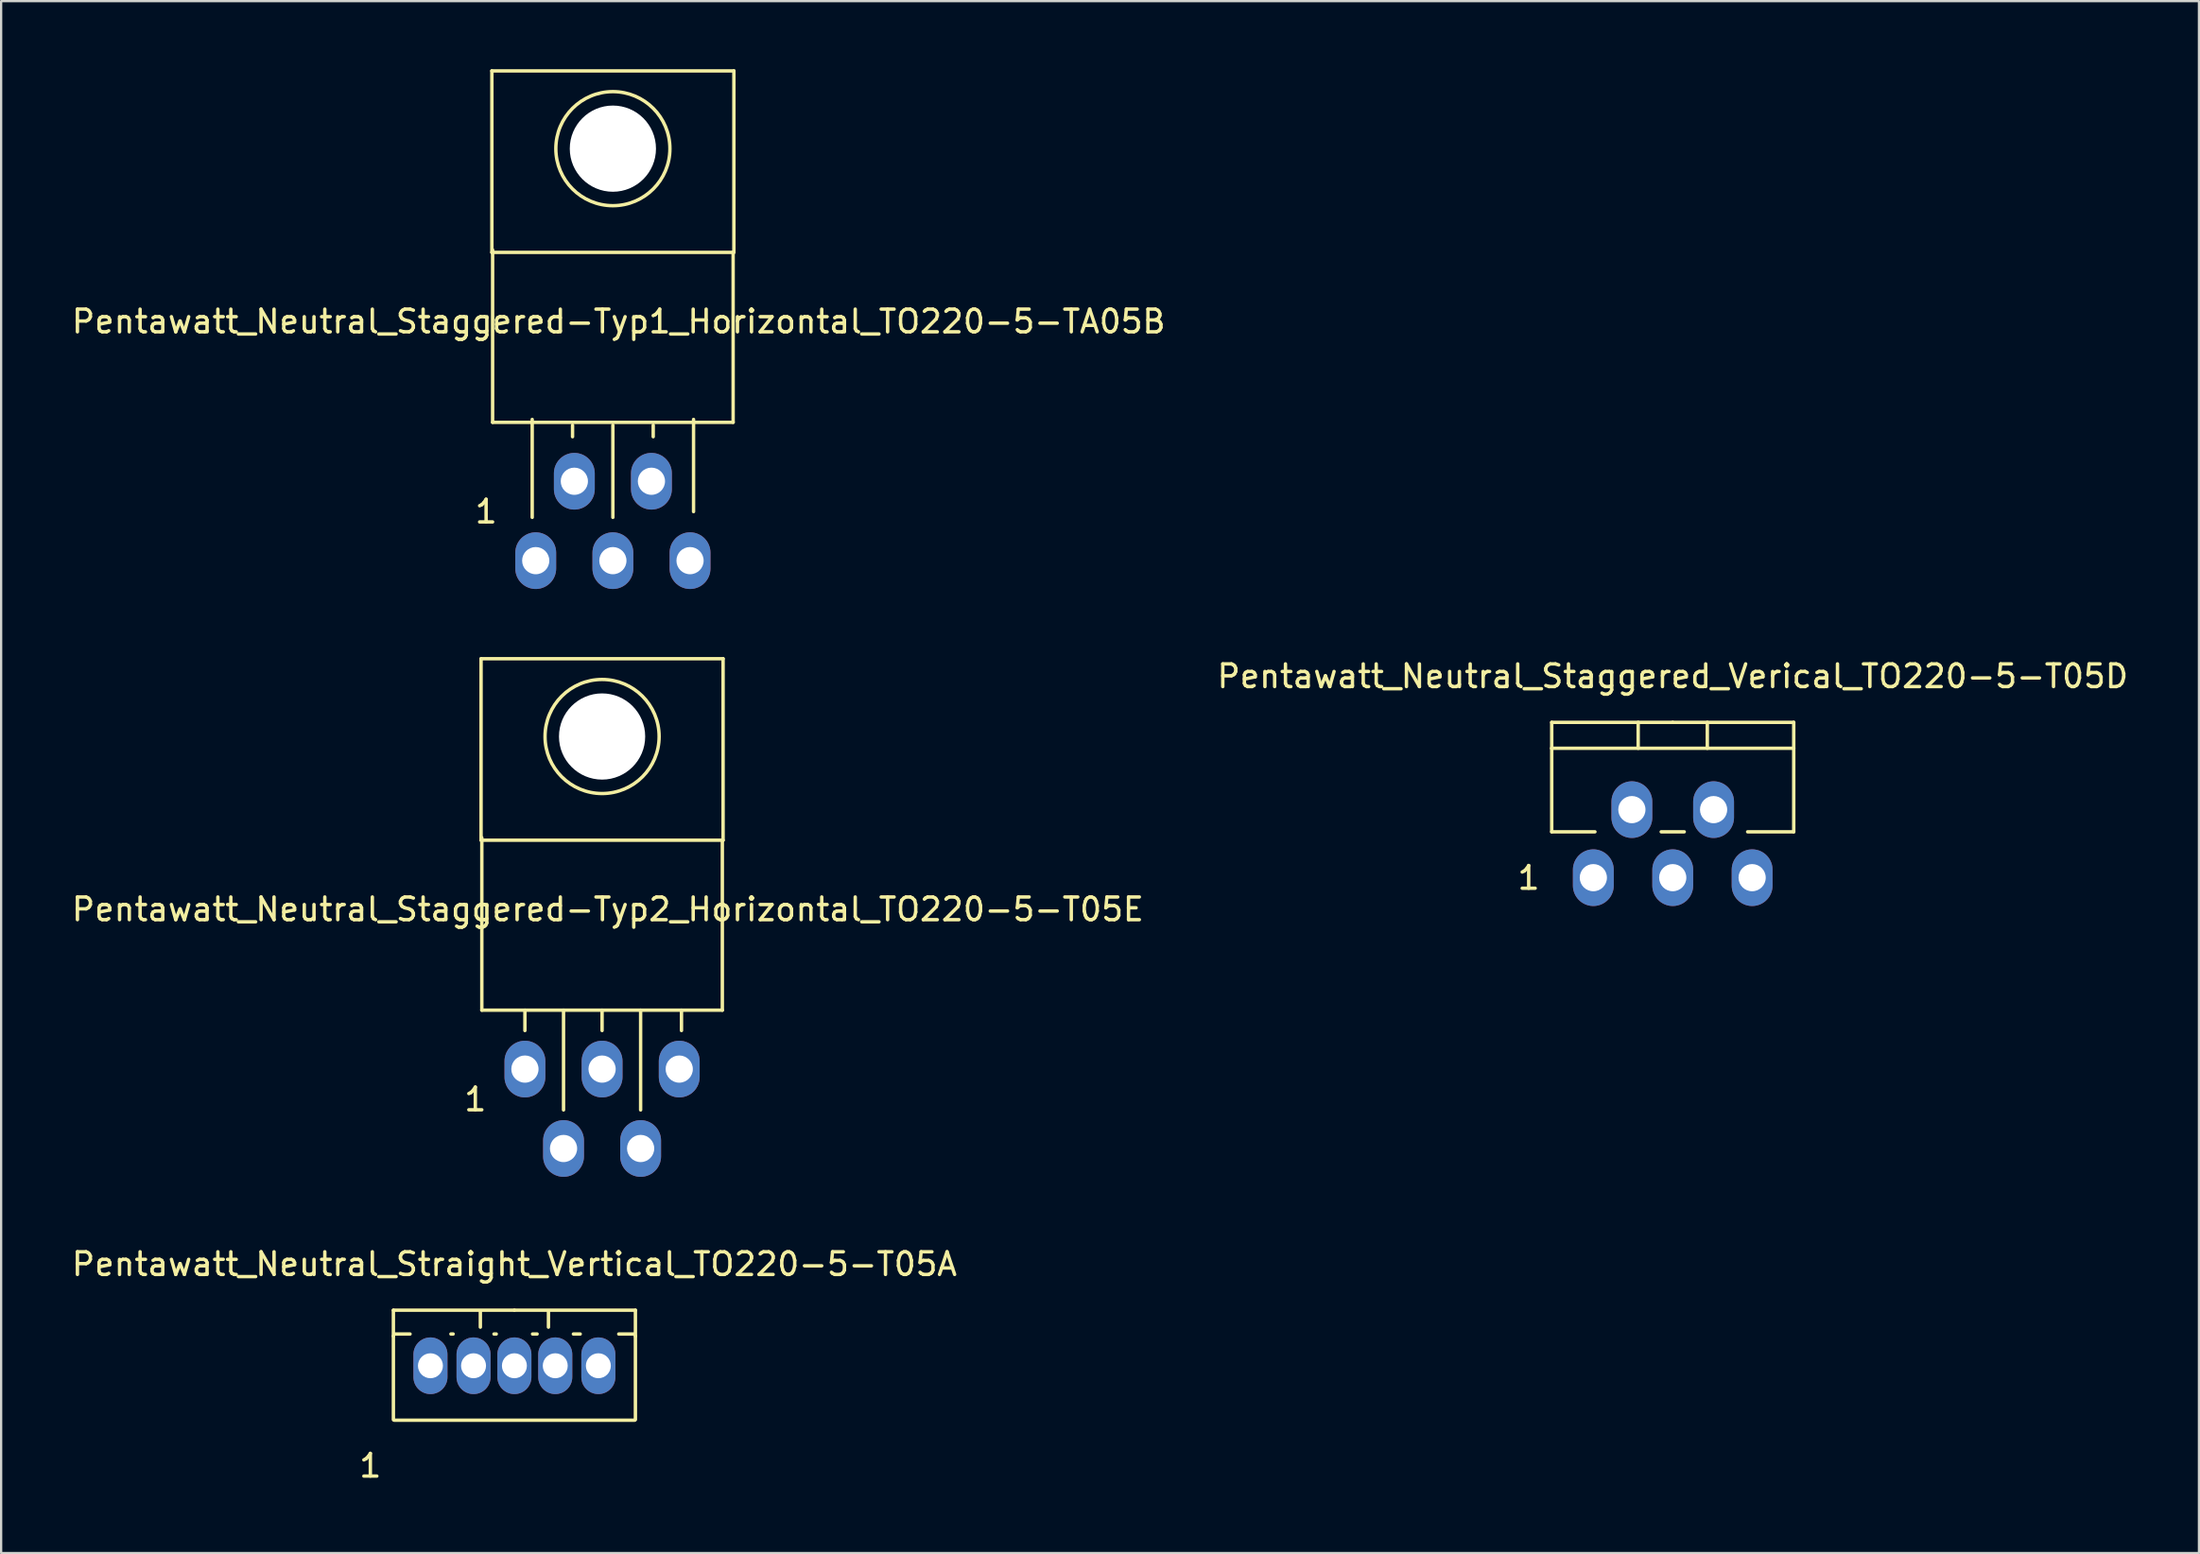
<source format=kicad_pcb>
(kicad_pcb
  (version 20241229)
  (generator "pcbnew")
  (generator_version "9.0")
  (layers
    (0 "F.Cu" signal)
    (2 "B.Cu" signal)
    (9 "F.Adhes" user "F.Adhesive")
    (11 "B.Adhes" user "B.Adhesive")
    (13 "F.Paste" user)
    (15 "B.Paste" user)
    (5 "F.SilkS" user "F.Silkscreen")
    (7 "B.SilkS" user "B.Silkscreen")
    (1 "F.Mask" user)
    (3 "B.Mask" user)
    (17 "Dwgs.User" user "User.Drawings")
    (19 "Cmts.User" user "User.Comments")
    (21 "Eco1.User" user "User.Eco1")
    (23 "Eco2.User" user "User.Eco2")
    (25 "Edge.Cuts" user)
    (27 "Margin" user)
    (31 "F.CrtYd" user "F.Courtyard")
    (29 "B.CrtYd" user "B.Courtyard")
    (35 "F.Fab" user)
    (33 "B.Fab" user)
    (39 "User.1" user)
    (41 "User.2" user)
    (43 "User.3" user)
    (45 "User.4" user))
  (footprint "Pentawatt_Neutral_Staggered_Verical_TO220-5-T05D"
    (layer "F.Cu")
    (at 70.685 31.845)
    (property "Reference" "Pentawatt_Neutral_Staggered_Verical_TO220-5-T05D" (at 0 -5.08 0) (layer "F.SilkS") (effects (font (size 1 1) (thickness 0.15))))
    (attr through_hole)
    (fp_line (start -5.334 -1.905) (end -5.334 -3.048) (stroke (width 0.15) (type solid)) (layer "F.SilkS"))
    (fp_line (start -5.334 1.778) (end -5.334 -1.905) (stroke (width 0.15) (type solid)) (layer "F.SilkS"))
    (fp_line (start -5.334 1.778) (end -3.429 1.778) (stroke (width 0.15) (type solid)) (layer "F.SilkS"))
    (fp_line (start -1.524 -3.048) (end -1.524 -1.905) (stroke (width 0.15) (type solid)) (layer "F.SilkS"))
    (fp_line (start -0.508 1.778) (end 0.508 1.778) (stroke (width 0.15) (type solid)) (layer "F.SilkS"))
    (fp_line (start 0 -3.048) (end -5.334 -3.048) (stroke (width 0.15) (type solid)) (layer "F.SilkS"))
    (fp_line (start 0 -3.048) (end 5.334 -3.048) (stroke (width 0.15) (type solid)) (layer "F.SilkS"))
    (fp_line (start 1.524 -3.048) (end 1.524 -1.905) (stroke (width 0.15) (type solid)) (layer "F.SilkS"))
    (fp_line (start 3.302 1.778) (end 5.334 1.778) (stroke (width 0.15) (type solid)) (layer "F.SilkS"))
    (fp_line (start 5.334 -3.048) (end 5.334 -1.905) (stroke (width 0.15) (type solid)) (layer "F.SilkS"))
    (fp_line (start 5.334 -1.905) (end -5.334 -1.905) (stroke (width 0.15) (type solid)) (layer "F.SilkS"))
    (fp_line (start 5.334 -1.905) (end 5.334 1.778) (stroke (width 0.15) (type solid)) (layer "F.SilkS"))
    (fp_text user "1" (at -6.35 3.81 0) (layer "F.SilkS") (effects (font (size 1 1) (thickness 0.15))))
    (pad "1" thru_hole oval (at -3.5 3.8 90) (size 2.499 1.801) (drill 1.199) (layers "*.Cu" "*.Mask"))
    (pad "2" thru_hole oval (at -1.801 0.8 90) (size 2.499 1.801) (drill 1.199) (layers "*.Cu" "*.Mask"))
    (pad "3" thru_hole oval (at 0 3.8 90) (size 2.499 1.801) (drill 1.199) (layers "*.Cu" "*.Mask"))
    (pad "4" thru_hole oval (at 1.801 0.8 90) (size 2.499 1.801) (drill 1.199) (layers "*.Cu" "*.Mask"))
    (pad "5" thru_hole oval (at 3.5 3.8 90) (size 2.499 1.801) (drill 1.199) (layers "*.Cu" "*.Mask")))
  (footprint "Pentawatt_Neutral_Straight_Vertical_TO220-5-T05A"
    (layer "F.Cu")
    (at 19.625 57.763)
    (property "Reference" "Pentawatt_Neutral_Straight_Vertical_TO220-5-T05A" (at 0 -5.08 0) (layer "F.SilkS") (effects (font (size 1 1) (thickness 0.15))))
    (attr through_hole)
    (fp_line (start -5.334 -1.905) (end -5.334 -3.048) (stroke (width 0.15) (type solid)) (layer "F.SilkS"))
    (fp_line (start -5.334 1.778) (end -5.334 -1.905) (stroke (width 0.15) (type solid)) (layer "F.SilkS"))
    (fp_line (start -5.301 -1.999) (end -4.6 -1.999) (stroke (width 0.15) (type solid)) (layer "F.SilkS"))
    (fp_line (start -5.301 1.801) (end 5.301 1.801) (stroke (width 0.15) (type solid)) (layer "F.SilkS"))
    (fp_line (start -2.799 -1.999) (end -2.7 -1.999) (stroke (width 0.15) (type solid)) (layer "F.SilkS"))
    (fp_line (start -1.501 -3) (end -1.501 -2.301) (stroke (width 0.15) (type solid)) (layer "F.SilkS"))
    (fp_line (start -0.899 -1.999) (end -0.8 -1.999) (stroke (width 0.15) (type solid)) (layer "F.SilkS"))
    (fp_line (start 0 -3.048) (end -5.334 -3.048) (stroke (width 0.15) (type solid)) (layer "F.SilkS"))
    (fp_line (start 0 -3.048) (end 5.334 -3.048) (stroke (width 0.15) (type solid)) (layer "F.SilkS"))
    (fp_line (start 0.8 -1.999) (end 1.001 -1.999) (stroke (width 0.15) (type solid)) (layer "F.SilkS"))
    (fp_line (start 1.501 -3) (end 1.501 -2.301) (stroke (width 0.15) (type solid)) (layer "F.SilkS"))
    (fp_line (start 2.601 -1.999) (end 2.901 -1.999) (stroke (width 0.15) (type solid)) (layer "F.SilkS"))
    (fp_line (start 4.6 -1.999) (end 5.301 -1.999) (stroke (width 0.15) (type solid)) (layer "F.SilkS"))
    (fp_line (start 5.334 -3.048) (end 5.334 -1.905) (stroke (width 0.15) (type solid)) (layer "F.SilkS"))
    (fp_line (start 5.334 -1.905) (end 5.334 1.778) (stroke (width 0.15) (type solid)) (layer "F.SilkS"))
    (fp_text user "1" (at -6.35 3.81 0) (layer "F.SilkS") (effects (font (size 1 1) (thickness 0.15))))
    (pad "1" thru_hole oval (at -3.701 -0.599 90) (size 2.499 1.501) (drill 1.1) (layers "*.Cu" "*.Mask"))
    (pad "2" thru_hole oval (at -1.801 -0.599 90) (size 2.499 1.501) (drill 1.1) (layers "*.Cu" "*.Mask"))
    (pad "3" thru_hole oval (at 0 -0.599 90) (size 2.499 1.501) (drill 1.1) (layers "*.Cu" "*.Mask"))
    (pad "4" thru_hole oval (at 1.801 -0.599 90) (size 2.499 1.501) (drill 1.1) (layers "*.Cu" "*.Mask"))
    (pad "5" thru_hole oval (at 3.701 -0.599 90) (size 2.499 1.501) (drill 1.1) (layers "*.Cu" "*.Mask")))
  (footprint "Pentawatt_Neutral_Staggered-Typ1_Horizontal_TO220-5-TA05B"
    (layer "F.Cu")
    (at 23.966 20.268)
    (property "Reference" "Pentawatt_Neutral_Staggered-Typ1_Horizontal_TO220-5-TA05B" (at 0.254 -9.144 0) (layer "F.SilkS") (effects (font (size 1 1) (thickness 0.15))))
    (attr through_hole)
    (fp_line (start -5.334 -20.193) (end -5.334 -12.192) (stroke (width 0.15) (type solid)) (layer "F.SilkS"))
    (fp_line (start -5.301 -4.699) (end -5.301 -12.301) (stroke (width 0.15) (type solid)) (layer "F.SilkS"))
    (fp_line (start -5.301 -4.699) (end 5.301 -4.699) (stroke (width 0.15) (type solid)) (layer "F.SilkS"))
    (fp_line (start -3.556 -4.826) (end -3.556 -0.508) (stroke (width 0.15) (type solid)) (layer "F.SilkS"))
    (fp_line (start -1.778 -4.572) (end -1.778 -4.064) (stroke (width 0.15) (type solid)) (layer "F.SilkS"))
    (fp_line (start 0 -4.572) (end 0 -0.508) (stroke (width 0.15) (type solid)) (layer "F.SilkS"))
    (fp_line (start 1.778 -4.572) (end 1.778 -4.064) (stroke (width 0.15) (type solid)) (layer "F.SilkS"))
    (fp_line (start 3.556 -4.826) (end 3.556 -0.762) (stroke (width 0.15) (type solid)) (layer "F.SilkS"))
    (fp_line (start 5.301 -12.2) (end 5.301 -4.699) (stroke (width 0.15) (type solid)) (layer "F.SilkS"))
    (fp_line (start 5.334 -20.193) (end -5.334 -20.193) (stroke (width 0.15) (type solid)) (layer "F.SilkS"))
    (fp_line (start 5.334 -12.192) (end -5.334 -12.192) (stroke (width 0.15) (type solid)) (layer "F.SilkS"))
    (fp_line (start 5.334 -12.192) (end 5.334 -20.193) (stroke (width 0.15) (type solid)) (layer "F.SilkS"))
    (fp_circle (center 0 -16.764) (end 1.778 -14.986) (stroke (width 0.15) (type solid)) (fill no) (layer "F.SilkS"))
    (fp_text user "1" (at -5.588 -0.762 0) (layer "F.SilkS") (effects (font (size 1 1) (thickness 0.15))))
    (pad "" np_thru_hole circle (at 0 -16.764 90) (size 3.8 3.8) (drill 3.8) (layers "*.Cu" "*.Mask"))
    (pad "1" thru_hole oval (at -3.401 1.4 90) (size 2.499 1.801) (drill 1.199) (layers "*.Cu" "*.Mask"))
    (pad "2" thru_hole oval (at -1.699 -2.101 90) (size 2.499 1.801) (drill 1.199) (layers "*.Cu" "*.Mask"))
    (pad "3" thru_hole oval (at 0 1.4 90) (size 2.499 1.801) (drill 1.199) (layers "*.Cu" "*.Mask"))
    (pad "4" thru_hole oval (at 1.699 -2.101 90) (size 2.499 1.801) (drill 1.199) (layers "*.Cu" "*.Mask"))
    (pad "5" thru_hole oval (at 3.401 1.4 90) (size 2.499 1.801) (drill 1.199) (layers "*.Cu" "*.Mask")))
  (footprint "Pentawatt_Neutral_Staggered-Typ2_Horizontal_TO220-5-T05E"
    (layer "F.Cu")
    (at 23.49 46.185)
    (property "Reference" "Pentawatt_Neutral_Staggered-Typ2_Horizontal_TO220-5-T05E" (at 0.254 -9.144 0) (layer "F.SilkS") (effects (font (size 1 1) (thickness 0.15))))
    (attr through_hole)
    (fp_line (start -5.334 -20.193) (end -5.334 -12.192) (stroke (width 0.15) (type solid)) (layer "F.SilkS"))
    (fp_line (start -5.301 -4.699) (end -5.301 -12.301) (stroke (width 0.15) (type solid)) (layer "F.SilkS"))
    (fp_line (start -5.301 -4.699) (end 5.301 -4.699) (stroke (width 0.15) (type solid)) (layer "F.SilkS"))
    (fp_line (start -3.401 -3.8) (end -3.401 -4.699) (stroke (width 0.15) (type solid)) (layer "F.SilkS"))
    (fp_line (start -1.699 -0.3) (end -1.699 -4.699) (stroke (width 0.15) (type solid)) (layer "F.SilkS"))
    (fp_line (start 0 -3.8) (end 0 -4.699) (stroke (width 0.15) (type solid)) (layer "F.SilkS"))
    (fp_line (start 1.699 -0.3) (end 1.699 -4.699) (stroke (width 0.15) (type solid)) (layer "F.SilkS"))
    (fp_line (start 3.5 -3.8) (end 3.5 -4.699) (stroke (width 0.15) (type solid)) (layer "F.SilkS"))
    (fp_line (start 5.301 -12.2) (end 5.301 -4.699) (stroke (width 0.15) (type solid)) (layer "F.SilkS"))
    (fp_line (start 5.334 -20.193) (end -5.334 -20.193) (stroke (width 0.15) (type solid)) (layer "F.SilkS"))
    (fp_line (start 5.334 -12.192) (end -5.334 -12.192) (stroke (width 0.15) (type solid)) (layer "F.SilkS"))
    (fp_line (start 5.334 -12.192) (end 5.334 -20.193) (stroke (width 0.15) (type solid)) (layer "F.SilkS"))
    (fp_circle (center 0 -16.764) (end 1.778 -14.986) (stroke (width 0.15) (type solid)) (fill no) (layer "F.SilkS"))
    (fp_text user "1" (at -5.588 -0.762 0) (layer "F.SilkS") (effects (font (size 1 1) (thickness 0.15))))
    (pad "" np_thru_hole circle (at 0 -16.764 90) (size 3.8 3.8) (drill 3.8) (layers "*.Cu" "*.Mask"))
    (pad "1" thru_hole oval (at -3.401 -2.101 90) (size 2.499 1.801) (drill 1.199) (layers "*.Cu" "*.Mask"))
    (pad "2" thru_hole oval (at -1.699 1.4 90) (size 2.499 1.801) (drill 1.199) (layers "*.Cu" "*.Mask"))
    (pad "3" thru_hole oval (at 0 -2.101 90) (size 2.499 1.801) (drill 1.199) (layers "*.Cu" "*.Mask"))
    (pad "4" thru_hole oval (at 1.699 1.4 90) (size 2.499 1.801) (drill 1.199) (layers "*.Cu" "*.Mask"))
    (pad "5" thru_hole oval (at 3.401 -2.101 90) (size 2.499 1.801) (drill 1.199) (layers "*.Cu" "*.Mask")))
  (gr_rect
    (start -3 -3)
    (end 93.881 65.421)
    (stroke (width 0.1) (type default))
    (fill no)
    (layer "Edge.Cuts")))
</source>
